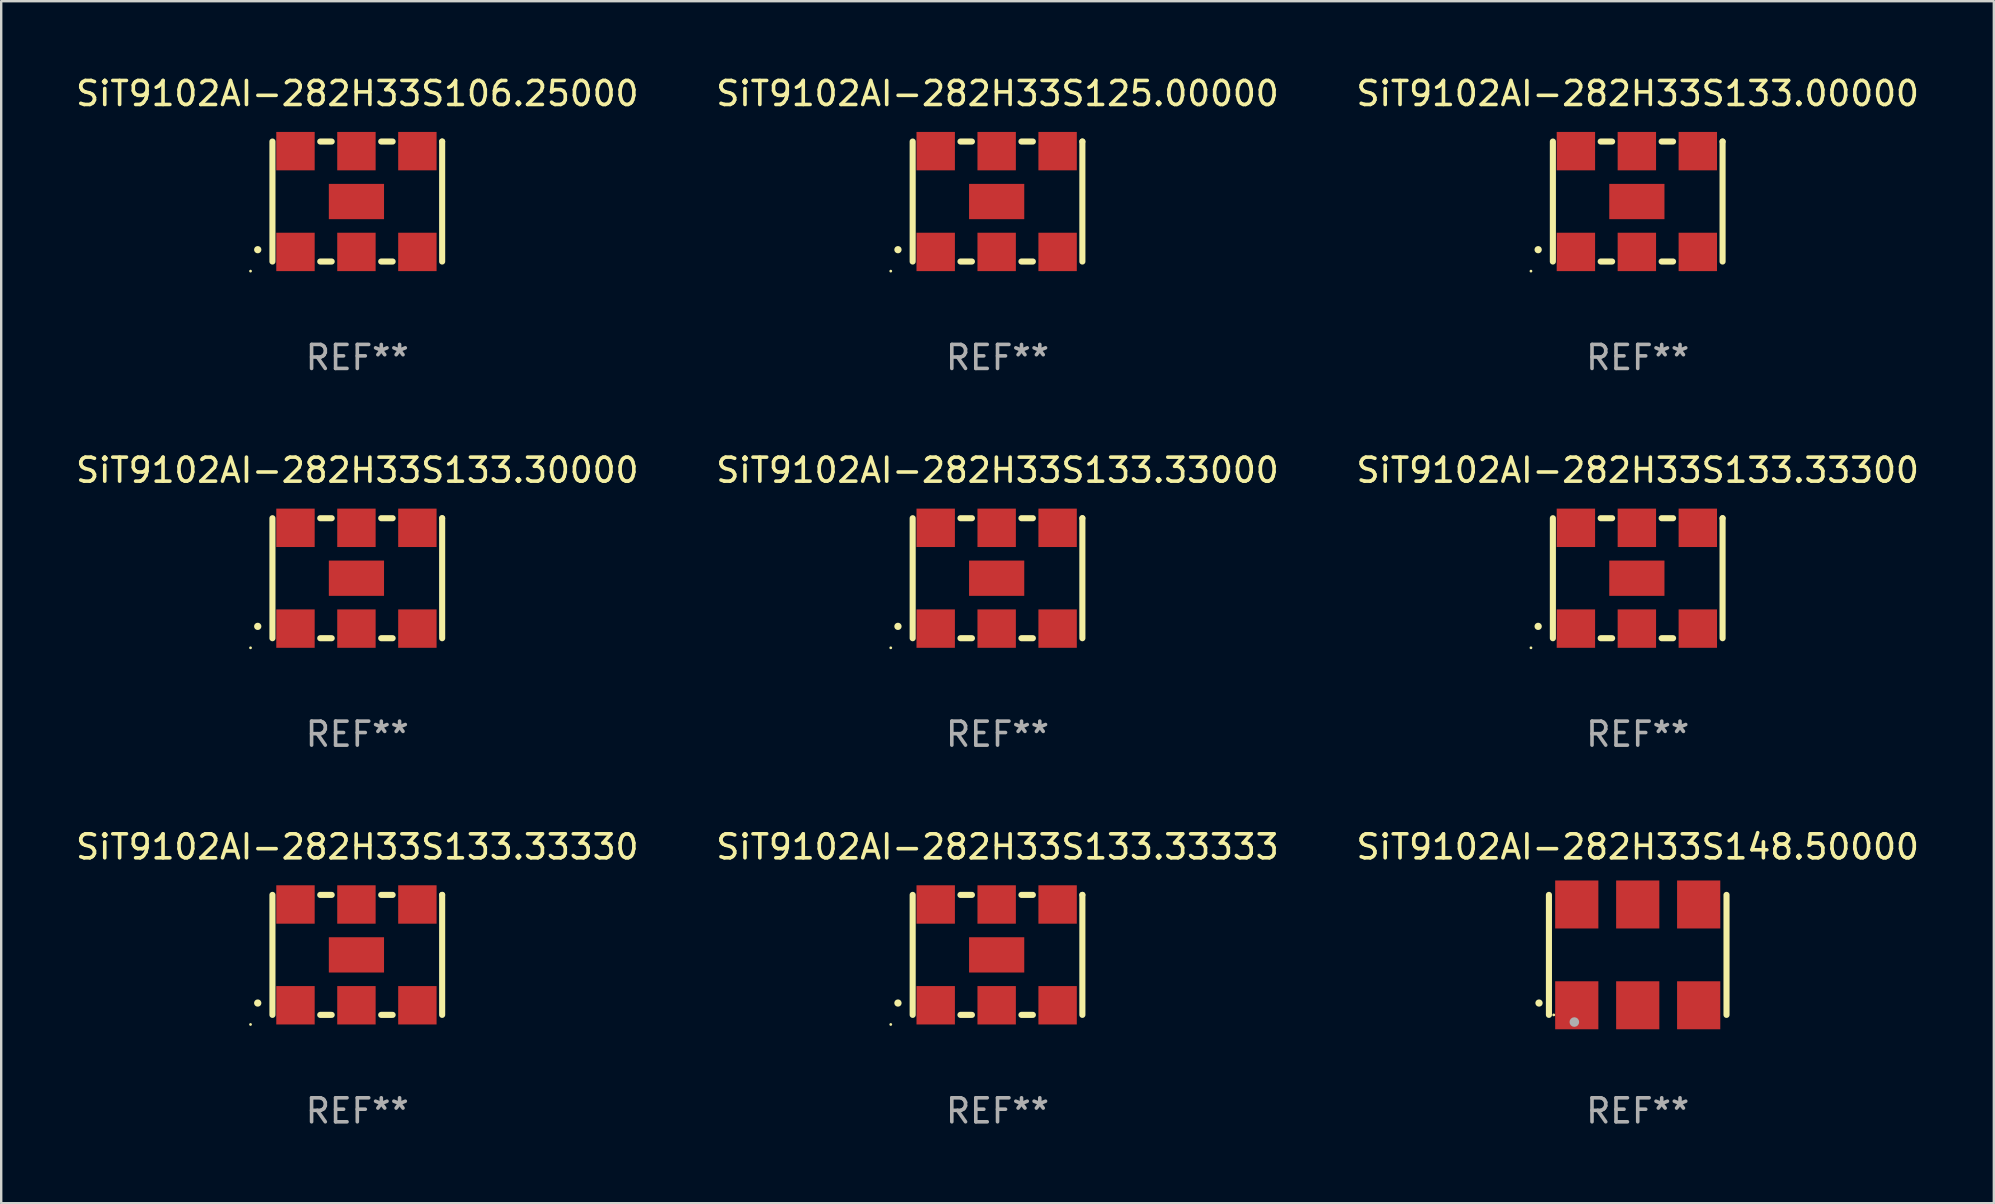
<source format=kicad_pcb>
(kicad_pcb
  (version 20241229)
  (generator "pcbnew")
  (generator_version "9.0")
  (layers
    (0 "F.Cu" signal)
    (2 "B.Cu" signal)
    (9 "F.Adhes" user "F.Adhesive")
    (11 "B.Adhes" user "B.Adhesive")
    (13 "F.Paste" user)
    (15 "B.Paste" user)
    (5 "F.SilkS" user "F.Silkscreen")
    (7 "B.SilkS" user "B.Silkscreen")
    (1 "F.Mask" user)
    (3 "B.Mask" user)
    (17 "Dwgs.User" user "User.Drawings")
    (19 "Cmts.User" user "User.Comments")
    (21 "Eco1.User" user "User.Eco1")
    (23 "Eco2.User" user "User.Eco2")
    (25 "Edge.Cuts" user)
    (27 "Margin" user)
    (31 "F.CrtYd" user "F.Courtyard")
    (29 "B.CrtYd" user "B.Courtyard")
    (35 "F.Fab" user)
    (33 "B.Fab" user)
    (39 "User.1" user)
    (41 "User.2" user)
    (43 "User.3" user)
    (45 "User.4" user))
  (footprint "SiT9102AI-282H33S133.30000"
    (layer "F.Cu")
    (at 11.839 21.045)
    (property "Reference" "SiT9102AI-282H33S133.30000" (at 0 -4.5 0) (layer "F.SilkS") (effects (font (size 1 1) (thickness 0.15))))
    (attr through_hole)
    (fp_line (start -3.536 -2.5) (end -3.536 2.5) (stroke (width 0.254) (type solid)) (layer "F.SilkS"))
    (fp_line (start -1.544 2.5) (end -1.067 2.5) (stroke (width 0.254) (type solid)) (layer "F.SilkS"))
    (fp_line (start -1.067 -2.5) (end -1.544 -2.5) (stroke (width 0.254) (type solid)) (layer "F.SilkS"))
    (fp_line (start 0.996 2.5) (end 1.473 2.5) (stroke (width 0.254) (type solid)) (layer "F.SilkS"))
    (fp_line (start 1.473 -2.5) (end 0.996 -2.5) (stroke (width 0.254) (type solid)) (layer "F.SilkS"))
    (fp_line (start 3.536 -2.5) (end 3.536 -2.5) (stroke (width 0.254) (type solid)) (layer "F.SilkS"))
    (fp_line (start 3.536 2.5) (end 3.536 -2.5) (stroke (width 0.254) (type solid)) (layer "F.SilkS"))
    (fp_arc (start -4.150432 2.006604) (mid -4.149162 2.006599) (end -4.147892 2.006604) (stroke (width 0.3) (type solid)) (layer "F.SilkS"))
    (fp_circle (center -4.449 2.9) (end -4.419 2.9) (stroke (width 0.06) (type solid)) (fill no) (layer "F.SilkS"))
    (fp_text user "REF**" (at 0 6.5 0) (layer "F.Fab") (effects (font (size 1 1) (thickness 0.15))))
    (pad "1" smd rect (at -2.576 2.1) (size 1.6 1.6) (layers "F.Cu" "F.Mask" "F.Paste"))
    (pad "2" smd rect (at -0.036 2.1) (size 1.6 1.6) (layers "F.Cu" "F.Mask" "F.Paste"))
    (pad "3" smd rect (at 2.504 2.1) (size 1.6 1.6) (layers "F.Cu" "F.Mask" "F.Paste"))
    (pad "4" smd rect (at 2.504 -2.1) (size 1.6 1.6) (layers "F.Cu" "F.Mask" "F.Paste"))
    (pad "5" smd rect (at -0.036 -2.1) (size 1.6 1.6) (layers "F.Cu" "F.Mask" "F.Paste"))
    (pad "6" smd rect (at -2.576 -2.1) (size 1.6 1.6) (layers "F.Cu" "F.Mask" "F.Paste"))
    (pad "7" smd rect (at -0.036 0) (size 2.3 1.47) (layers "F.Cu" "F.Mask" "F.Paste")))
  (footprint "SiT9102AI-282H33S133.33300"
    (layer "F.Cu")
    (at 65.196 21.045)
    (property "Reference" "SiT9102AI-282H33S133.33300" (at 0 -4.5 0) (layer "F.SilkS") (effects (font (size 1 1) (thickness 0.15))))
    (attr through_hole)
    (fp_line (start -3.536 -2.5) (end -3.536 2.5) (stroke (width 0.254) (type solid)) (layer "F.SilkS"))
    (fp_line (start -1.544 2.5) (end -1.067 2.5) (stroke (width 0.254) (type solid)) (layer "F.SilkS"))
    (fp_line (start -1.067 -2.5) (end -1.544 -2.5) (stroke (width 0.254) (type solid)) (layer "F.SilkS"))
    (fp_line (start 0.996 2.5) (end 1.473 2.5) (stroke (width 0.254) (type solid)) (layer "F.SilkS"))
    (fp_line (start 1.473 -2.5) (end 0.996 -2.5) (stroke (width 0.254) (type solid)) (layer "F.SilkS"))
    (fp_line (start 3.536 -2.5) (end 3.536 -2.5) (stroke (width 0.254) (type solid)) (layer "F.SilkS"))
    (fp_line (start 3.536 2.5) (end 3.536 -2.5) (stroke (width 0.254) (type solid)) (layer "F.SilkS"))
    (fp_arc (start -4.150432 2.006604) (mid -4.149162 2.006599) (end -4.147892 2.006604) (stroke (width 0.3) (type solid)) (layer "F.SilkS"))
    (fp_circle (center -4.449 2.9) (end -4.419 2.9) (stroke (width 0.06) (type solid)) (fill no) (layer "F.SilkS"))
    (fp_text user "REF**" (at 0 6.5 0) (layer "F.Fab") (effects (font (size 1 1) (thickness 0.15))))
    (pad "1" smd rect (at -2.576 2.1) (size 1.6 1.6) (layers "F.Cu" "F.Mask" "F.Paste"))
    (pad "2" smd rect (at -0.036 2.1) (size 1.6 1.6) (layers "F.Cu" "F.Mask" "F.Paste"))
    (pad "3" smd rect (at 2.504 2.1) (size 1.6 1.6) (layers "F.Cu" "F.Mask" "F.Paste"))
    (pad "4" smd rect (at 2.504 -2.1) (size 1.6 1.6) (layers "F.Cu" "F.Mask" "F.Paste"))
    (pad "5" smd rect (at -0.036 -2.1) (size 1.6 1.6) (layers "F.Cu" "F.Mask" "F.Paste"))
    (pad "6" smd rect (at -2.576 -2.1) (size 1.6 1.6) (layers "F.Cu" "F.Mask" "F.Paste"))
    (pad "7" smd rect (at -0.036 0) (size 2.3 1.47) (layers "F.Cu" "F.Mask" "F.Paste")))
  (footprint "SiT9102AI-282H33S133.00000"
    (layer "F.Cu")
    (at 65.196 5.348)
    (property "Reference" "SiT9102AI-282H33S133.00000" (at 0 -4.5 0) (layer "F.SilkS") (effects (font (size 1 1) (thickness 0.15))))
    (attr through_hole)
    (fp_line (start -3.536 -2.5) (end -3.536 2.5) (stroke (width 0.254) (type solid)) (layer "F.SilkS"))
    (fp_line (start -1.544 2.5) (end -1.067 2.5) (stroke (width 0.254) (type solid)) (layer "F.SilkS"))
    (fp_line (start -1.067 -2.5) (end -1.544 -2.5) (stroke (width 0.254) (type solid)) (layer "F.SilkS"))
    (fp_line (start 0.996 2.5) (end 1.473 2.5) (stroke (width 0.254) (type solid)) (layer "F.SilkS"))
    (fp_line (start 1.473 -2.5) (end 0.996 -2.5) (stroke (width 0.254) (type solid)) (layer "F.SilkS"))
    (fp_line (start 3.536 -2.5) (end 3.536 -2.5) (stroke (width 0.254) (type solid)) (layer "F.SilkS"))
    (fp_line (start 3.536 2.5) (end 3.536 -2.5) (stroke (width 0.254) (type solid)) (layer "F.SilkS"))
    (fp_arc (start -4.150432 2.006604) (mid -4.149162 2.006599) (end -4.147892 2.006604) (stroke (width 0.3) (type solid)) (layer "F.SilkS"))
    (fp_circle (center -4.449 2.9) (end -4.419 2.9) (stroke (width 0.06) (type solid)) (fill no) (layer "F.SilkS"))
    (fp_text user "REF**" (at 0 6.5 0) (layer "F.Fab") (effects (font (size 1 1) (thickness 0.15))))
    (pad "1" smd rect (at -2.576 2.1) (size 1.6 1.6) (layers "F.Cu" "F.Mask" "F.Paste"))
    (pad "2" smd rect (at -0.036 2.1) (size 1.6 1.6) (layers "F.Cu" "F.Mask" "F.Paste"))
    (pad "3" smd rect (at 2.504 2.1) (size 1.6 1.6) (layers "F.Cu" "F.Mask" "F.Paste"))
    (pad "4" smd rect (at 2.504 -2.1) (size 1.6 1.6) (layers "F.Cu" "F.Mask" "F.Paste"))
    (pad "5" smd rect (at -0.036 -2.1) (size 1.6 1.6) (layers "F.Cu" "F.Mask" "F.Paste"))
    (pad "6" smd rect (at -2.576 -2.1) (size 1.6 1.6) (layers "F.Cu" "F.Mask" "F.Paste"))
    (pad "7" smd rect (at -0.036 0) (size 2.3 1.47) (layers "F.Cu" "F.Mask" "F.Paste")))
  (footprint "SiT9102AI-282H33S125.00000"
    (layer "F.Cu")
    (at 38.518 5.348)
    (property "Reference" "SiT9102AI-282H33S125.00000" (at 0 -4.5 0) (layer "F.SilkS") (effects (font (size 1 1) (thickness 0.15))))
    (attr through_hole)
    (fp_line (start -3.536 -2.5) (end -3.536 2.5) (stroke (width 0.254) (type solid)) (layer "F.SilkS"))
    (fp_line (start -1.544 2.5) (end -1.067 2.5) (stroke (width 0.254) (type solid)) (layer "F.SilkS"))
    (fp_line (start -1.067 -2.5) (end -1.544 -2.5) (stroke (width 0.254) (type solid)) (layer "F.SilkS"))
    (fp_line (start 0.996 2.5) (end 1.473 2.5) (stroke (width 0.254) (type solid)) (layer "F.SilkS"))
    (fp_line (start 1.473 -2.5) (end 0.996 -2.5) (stroke (width 0.254) (type solid)) (layer "F.SilkS"))
    (fp_line (start 3.536 -2.5) (end 3.536 -2.5) (stroke (width 0.254) (type solid)) (layer "F.SilkS"))
    (fp_line (start 3.536 2.5) (end 3.536 -2.5) (stroke (width 0.254) (type solid)) (layer "F.SilkS"))
    (fp_arc (start -4.150432 2.006604) (mid -4.149162 2.006599) (end -4.147892 2.006604) (stroke (width 0.3) (type solid)) (layer "F.SilkS"))
    (fp_circle (center -4.449 2.9) (end -4.419 2.9) (stroke (width 0.06) (type solid)) (fill no) (layer "F.SilkS"))
    (fp_text user "REF**" (at 0 6.5 0) (layer "F.Fab") (effects (font (size 1 1) (thickness 0.15))))
    (pad "1" smd rect (at -2.576 2.1) (size 1.6 1.6) (layers "F.Cu" "F.Mask" "F.Paste"))
    (pad "2" smd rect (at -0.036 2.1) (size 1.6 1.6) (layers "F.Cu" "F.Mask" "F.Paste"))
    (pad "3" smd rect (at 2.504 2.1) (size 1.6 1.6) (layers "F.Cu" "F.Mask" "F.Paste"))
    (pad "4" smd rect (at 2.504 -2.1) (size 1.6 1.6) (layers "F.Cu" "F.Mask" "F.Paste"))
    (pad "5" smd rect (at -0.036 -2.1) (size 1.6 1.6) (layers "F.Cu" "F.Mask" "F.Paste"))
    (pad "6" smd rect (at -2.576 -2.1) (size 1.6 1.6) (layers "F.Cu" "F.Mask" "F.Paste"))
    (pad "7" smd rect (at -0.036 0) (size 2.3 1.47) (layers "F.Cu" "F.Mask" "F.Paste")))
  (footprint "SiT9102AI-282H33S148.50000"
    (layer "F.Cu")
    (at 65.196 36.741)
    (property "Reference" "SiT9102AI-282H33S148.50000" (at 0 -4.5 0) (layer "F.SilkS") (effects (font (size 1 1) (thickness 0.15))))
    (attr through_hole)
    (fp_line (start -3.7 -2.5) (end -3.7 2.5) (stroke (width 0.254) (type solid)) (layer "F.SilkS"))
    (fp_line (start 3.7 -2.5) (end 3.7 2.5) (stroke (width 0.254) (type solid)) (layer "F.SilkS"))
    (fp_arc (start -4.114415 2.006604) (mid -4.113145 2.006599) (end -4.111875 2.006604) (stroke (width 0.3) (type solid)) (layer "F.SilkS"))
    (fp_circle (center -3.5 2.501) (end -3.47 2.501) (stroke (width 0.06) (type solid)) (fill no) (layer "F.SilkS"))
    (fp_circle (center -2.641 2.799) (end -2.541 2.799) (stroke (width 0.2) (type solid)) (fill no) (layer "F.Fab"))
    (fp_text user "REF**" (at 0 6.5 0) (layer "F.Fab") (effects (font (size 1 1) (thickness 0.15))))
    (pad "1" smd rect (at -2.54 2.1) (size 1.8 2) (layers "F.Cu" "F.Mask" "F.Paste"))
    (pad "2" smd rect (at 0.000394 2.1) (size 1.8 2) (layers "F.Cu" "F.Mask" "F.Paste"))
    (pad "3" smd rect (at 2.54 2.1) (size 1.8 2) (layers "F.Cu" "F.Mask" "F.Paste"))
    (pad "4" smd rect (at 2.54 -2.1) (size 1.8 2) (layers "F.Cu" "F.Mask" "F.Paste"))
    (pad "5" smd rect (at 0.000394 -2.1) (size 1.8 2) (layers "F.Cu" "F.Mask" "F.Paste"))
    (pad "6" smd rect (at -2.54 -2.1) (size 1.8 2) (layers "F.Cu" "F.Mask" "F.Paste")))
  (footprint "SiT9102AI-282H33S133.33333"
    (layer "F.Cu")
    (at 38.518 36.741)
    (property "Reference" "SiT9102AI-282H33S133.33333" (at 0 -4.5 0) (layer "F.SilkS") (effects (font (size 1 1) (thickness 0.15))))
    (attr through_hole)
    (fp_line (start -3.536 -2.5) (end -3.536 2.5) (stroke (width 0.254) (type solid)) (layer "F.SilkS"))
    (fp_line (start -1.544 2.5) (end -1.067 2.5) (stroke (width 0.254) (type solid)) (layer "F.SilkS"))
    (fp_line (start -1.067 -2.5) (end -1.544 -2.5) (stroke (width 0.254) (type solid)) (layer "F.SilkS"))
    (fp_line (start 0.996 2.5) (end 1.473 2.5) (stroke (width 0.254) (type solid)) (layer "F.SilkS"))
    (fp_line (start 1.473 -2.5) (end 0.996 -2.5) (stroke (width 0.254) (type solid)) (layer "F.SilkS"))
    (fp_line (start 3.536 -2.5) (end 3.536 -2.5) (stroke (width 0.254) (type solid)) (layer "F.SilkS"))
    (fp_line (start 3.536 2.5) (end 3.536 -2.5) (stroke (width 0.254) (type solid)) (layer "F.SilkS"))
    (fp_arc (start -4.150432 2.006604) (mid -4.149162 2.006599) (end -4.147892 2.006604) (stroke (width 0.3) (type solid)) (layer "F.SilkS"))
    (fp_circle (center -4.449 2.9) (end -4.419 2.9) (stroke (width 0.06) (type solid)) (fill no) (layer "F.SilkS"))
    (fp_text user "REF**" (at 0 6.5 0) (layer "F.Fab") (effects (font (size 1 1) (thickness 0.15))))
    (pad "1" smd rect (at -2.576 2.1) (size 1.6 1.6) (layers "F.Cu" "F.Mask" "F.Paste"))
    (pad "2" smd rect (at -0.036 2.1) (size 1.6 1.6) (layers "F.Cu" "F.Mask" "F.Paste"))
    (pad "3" smd rect (at 2.504 2.1) (size 1.6 1.6) (layers "F.Cu" "F.Mask" "F.Paste"))
    (pad "4" smd rect (at 2.504 -2.1) (size 1.6 1.6) (layers "F.Cu" "F.Mask" "F.Paste"))
    (pad "5" smd rect (at -0.036 -2.1) (size 1.6 1.6) (layers "F.Cu" "F.Mask" "F.Paste"))
    (pad "6" smd rect (at -2.576 -2.1) (size 1.6 1.6) (layers "F.Cu" "F.Mask" "F.Paste"))
    (pad "7" smd rect (at -0.036 0) (size 2.3 1.47) (layers "F.Cu" "F.Mask" "F.Paste")))
  (footprint "SiT9102AI-282H33S133.33000"
    (layer "F.Cu")
    (at 38.518 21.045)
    (property "Reference" "SiT9102AI-282H33S133.33000" (at 0 -4.5 0) (layer "F.SilkS") (effects (font (size 1 1) (thickness 0.15))))
    (attr through_hole)
    (fp_line (start -3.536 -2.5) (end -3.536 2.5) (stroke (width 0.254) (type solid)) (layer "F.SilkS"))
    (fp_line (start -1.544 2.5) (end -1.067 2.5) (stroke (width 0.254) (type solid)) (layer "F.SilkS"))
    (fp_line (start -1.067 -2.5) (end -1.544 -2.5) (stroke (width 0.254) (type solid)) (layer "F.SilkS"))
    (fp_line (start 0.996 2.5) (end 1.473 2.5) (stroke (width 0.254) (type solid)) (layer "F.SilkS"))
    (fp_line (start 1.473 -2.5) (end 0.996 -2.5) (stroke (width 0.254) (type solid)) (layer "F.SilkS"))
    (fp_line (start 3.536 -2.5) (end 3.536 -2.5) (stroke (width 0.254) (type solid)) (layer "F.SilkS"))
    (fp_line (start 3.536 2.5) (end 3.536 -2.5) (stroke (width 0.254) (type solid)) (layer "F.SilkS"))
    (fp_arc (start -4.150432 2.006604) (mid -4.149162 2.006599) (end -4.147892 2.006604) (stroke (width 0.3) (type solid)) (layer "F.SilkS"))
    (fp_circle (center -4.449 2.9) (end -4.419 2.9) (stroke (width 0.06) (type solid)) (fill no) (layer "F.SilkS"))
    (fp_text user "REF**" (at 0 6.5 0) (layer "F.Fab") (effects (font (size 1 1) (thickness 0.15))))
    (pad "1" smd rect (at -2.576 2.1) (size 1.6 1.6) (layers "F.Cu" "F.Mask" "F.Paste"))
    (pad "2" smd rect (at -0.036 2.1) (size 1.6 1.6) (layers "F.Cu" "F.Mask" "F.Paste"))
    (pad "3" smd rect (at 2.504 2.1) (size 1.6 1.6) (layers "F.Cu" "F.Mask" "F.Paste"))
    (pad "4" smd rect (at 2.504 -2.1) (size 1.6 1.6) (layers "F.Cu" "F.Mask" "F.Paste"))
    (pad "5" smd rect (at -0.036 -2.1) (size 1.6 1.6) (layers "F.Cu" "F.Mask" "F.Paste"))
    (pad "6" smd rect (at -2.576 -2.1) (size 1.6 1.6) (layers "F.Cu" "F.Mask" "F.Paste"))
    (pad "7" smd rect (at -0.036 0) (size 2.3 1.47) (layers "F.Cu" "F.Mask" "F.Paste")))
  (footprint "SiT9102AI-282H33S106.25000"
    (layer "F.Cu")
    (at 11.839 5.348)
    (property "Reference" "SiT9102AI-282H33S106.25000" (at 0 -4.5 0) (layer "F.SilkS") (effects (font (size 1 1) (thickness 0.15))))
    (attr through_hole)
    (fp_line (start -3.536 -2.5) (end -3.536 2.5) (stroke (width 0.254) (type solid)) (layer "F.SilkS"))
    (fp_line (start -1.544 2.5) (end -1.067 2.5) (stroke (width 0.254) (type solid)) (layer "F.SilkS"))
    (fp_line (start -1.067 -2.5) (end -1.544 -2.5) (stroke (width 0.254) (type solid)) (layer "F.SilkS"))
    (fp_line (start 0.996 2.5) (end 1.473 2.5) (stroke (width 0.254) (type solid)) (layer "F.SilkS"))
    (fp_line (start 1.473 -2.5) (end 0.996 -2.5) (stroke (width 0.254) (type solid)) (layer "F.SilkS"))
    (fp_line (start 3.536 -2.5) (end 3.536 -2.5) (stroke (width 0.254) (type solid)) (layer "F.SilkS"))
    (fp_line (start 3.536 2.5) (end 3.536 -2.5) (stroke (width 0.254) (type solid)) (layer "F.SilkS"))
    (fp_arc (start -4.150432 2.006604) (mid -4.149162 2.006599) (end -4.147892 2.006604) (stroke (width 0.3) (type solid)) (layer "F.SilkS"))
    (fp_circle (center -4.449 2.9) (end -4.419 2.9) (stroke (width 0.06) (type solid)) (fill no) (layer "F.SilkS"))
    (fp_text user "REF**" (at 0 6.5 0) (layer "F.Fab") (effects (font (size 1 1) (thickness 0.15))))
    (pad "1" smd rect (at -2.576 2.1) (size 1.6 1.6) (layers "F.Cu" "F.Mask" "F.Paste"))
    (pad "2" smd rect (at -0.036 2.1) (size 1.6 1.6) (layers "F.Cu" "F.Mask" "F.Paste"))
    (pad "3" smd rect (at 2.504 2.1) (size 1.6 1.6) (layers "F.Cu" "F.Mask" "F.Paste"))
    (pad "4" smd rect (at 2.504 -2.1) (size 1.6 1.6) (layers "F.Cu" "F.Mask" "F.Paste"))
    (pad "5" smd rect (at -0.036 -2.1) (size 1.6 1.6) (layers "F.Cu" "F.Mask" "F.Paste"))
    (pad "6" smd rect (at -2.576 -2.1) (size 1.6 1.6) (layers "F.Cu" "F.Mask" "F.Paste"))
    (pad "7" smd rect (at -0.036 0) (size 2.3 1.47) (layers "F.Cu" "F.Mask" "F.Paste")))
  (footprint "SiT9102AI-282H33S133.33330"
    (layer "F.Cu")
    (at 11.839 36.741)
    (property "Reference" "SiT9102AI-282H33S133.33330" (at 0 -4.5 0) (layer "F.SilkS") (effects (font (size 1 1) (thickness 0.15))))
    (attr through_hole)
    (fp_line (start -3.536 -2.5) (end -3.536 2.5) (stroke (width 0.254) (type solid)) (layer "F.SilkS"))
    (fp_line (start -1.544 2.5) (end -1.067 2.5) (stroke (width 0.254) (type solid)) (layer "F.SilkS"))
    (fp_line (start -1.067 -2.5) (end -1.544 -2.5) (stroke (width 0.254) (type solid)) (layer "F.SilkS"))
    (fp_line (start 0.996 2.5) (end 1.473 2.5) (stroke (width 0.254) (type solid)) (layer "F.SilkS"))
    (fp_line (start 1.473 -2.5) (end 0.996 -2.5) (stroke (width 0.254) (type solid)) (layer "F.SilkS"))
    (fp_line (start 3.536 -2.5) (end 3.536 -2.5) (stroke (width 0.254) (type solid)) (layer "F.SilkS"))
    (fp_line (start 3.536 2.5) (end 3.536 -2.5) (stroke (width 0.254) (type solid)) (layer "F.SilkS"))
    (fp_arc (start -4.150432 2.006604) (mid -4.149162 2.006599) (end -4.147892 2.006604) (stroke (width 0.3) (type solid)) (layer "F.SilkS"))
    (fp_circle (center -4.449 2.9) (end -4.419 2.9) (stroke (width 0.06) (type solid)) (fill no) (layer "F.SilkS"))
    (fp_text user "REF**" (at 0 6.5 0) (layer "F.Fab") (effects (font (size 1 1) (thickness 0.15))))
    (pad "1" smd rect (at -2.576 2.1) (size 1.6 1.6) (layers "F.Cu" "F.Mask" "F.Paste"))
    (pad "2" smd rect (at -0.036 2.1) (size 1.6 1.6) (layers "F.Cu" "F.Mask" "F.Paste"))
    (pad "3" smd rect (at 2.504 2.1) (size 1.6 1.6) (layers "F.Cu" "F.Mask" "F.Paste"))
    (pad "4" smd rect (at 2.504 -2.1) (size 1.6 1.6) (layers "F.Cu" "F.Mask" "F.Paste"))
    (pad "5" smd rect (at -0.036 -2.1) (size 1.6 1.6) (layers "F.Cu" "F.Mask" "F.Paste"))
    (pad "6" smd rect (at -2.576 -2.1) (size 1.6 1.6) (layers "F.Cu" "F.Mask" "F.Paste"))
    (pad "7" smd rect (at -0.036 0) (size 2.3 1.47) (layers "F.Cu" "F.Mask" "F.Paste")))
  (gr_rect
    (start -3 -3)
    (end 80.036 47.09)
    (stroke (width 0.1) (type default))
    (fill no)
    (layer "Edge.Cuts")))
</source>
